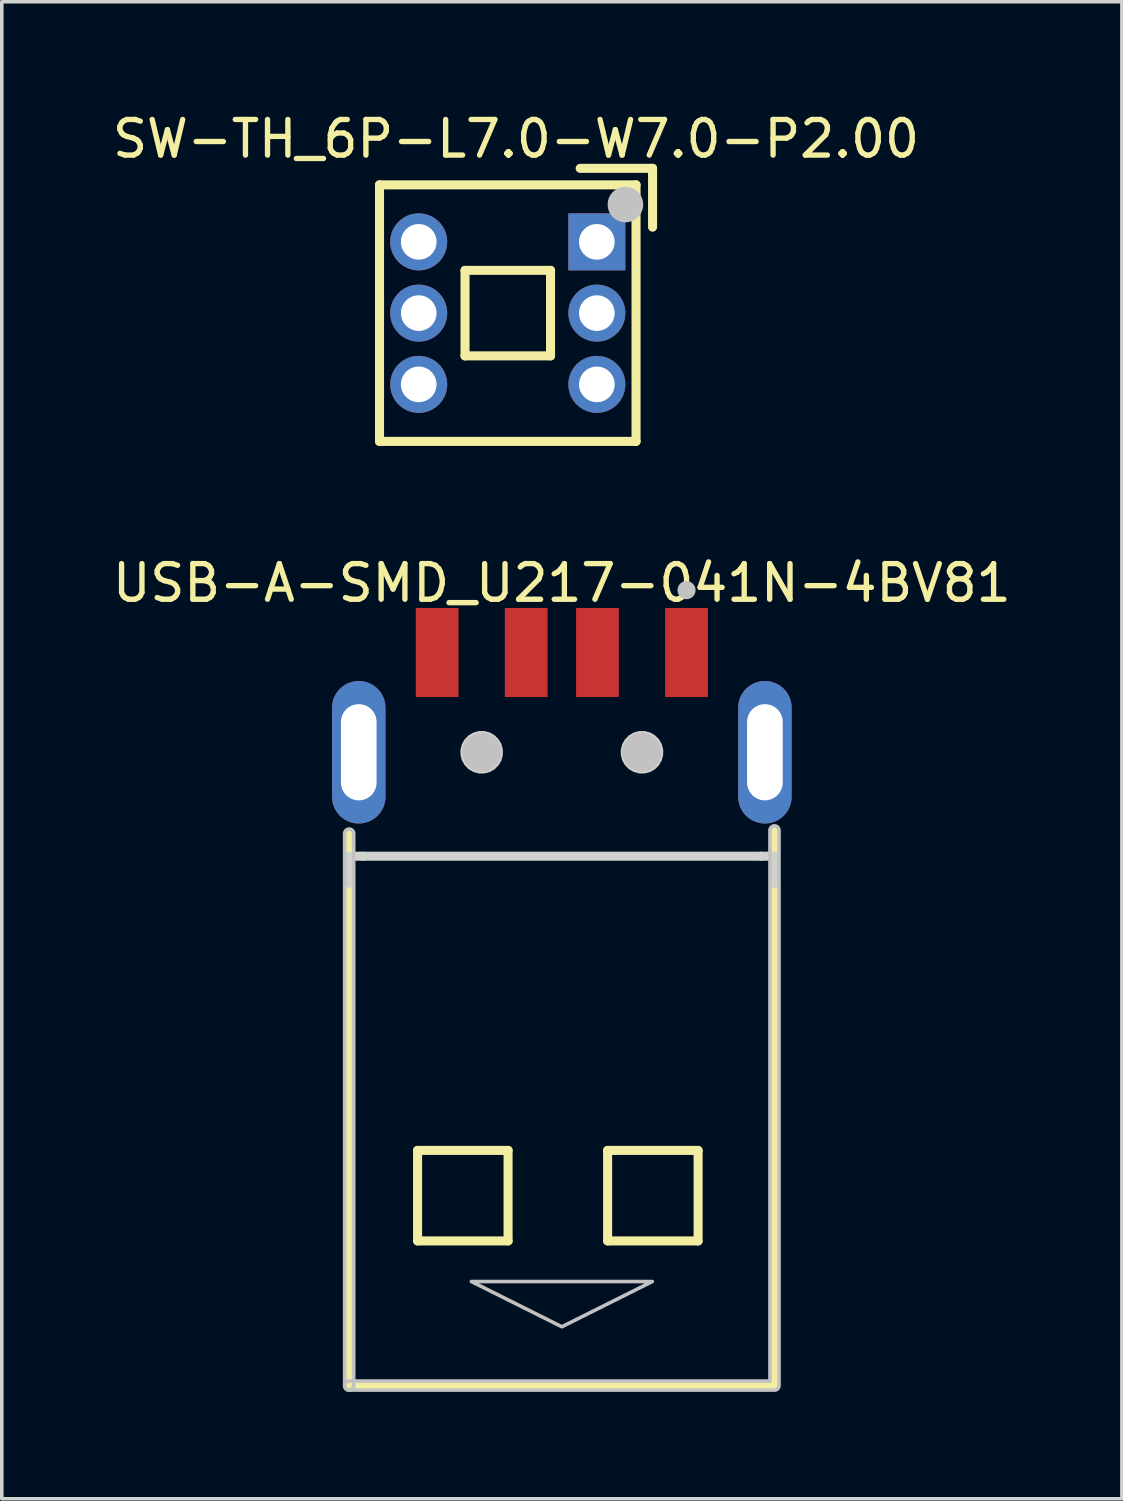
<source format=kicad_pcb>
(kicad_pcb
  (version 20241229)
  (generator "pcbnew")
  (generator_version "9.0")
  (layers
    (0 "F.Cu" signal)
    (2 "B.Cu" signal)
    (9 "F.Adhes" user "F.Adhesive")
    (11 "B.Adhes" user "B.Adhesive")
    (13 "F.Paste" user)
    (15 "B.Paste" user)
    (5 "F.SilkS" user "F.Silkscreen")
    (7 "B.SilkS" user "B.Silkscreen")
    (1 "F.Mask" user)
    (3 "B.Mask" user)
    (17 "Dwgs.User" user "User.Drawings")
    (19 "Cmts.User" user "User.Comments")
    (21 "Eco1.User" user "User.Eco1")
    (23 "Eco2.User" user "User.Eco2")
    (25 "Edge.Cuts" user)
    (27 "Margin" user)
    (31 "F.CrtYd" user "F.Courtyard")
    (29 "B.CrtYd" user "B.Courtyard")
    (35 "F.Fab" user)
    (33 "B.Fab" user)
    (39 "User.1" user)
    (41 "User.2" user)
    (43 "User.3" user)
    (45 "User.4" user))
  (footprint "USB-A-SMD_U217-041N-4BV81"
    (layer "F.Cu")
    (at 12.72 16.665)
    (property "Reference" "USB-A-SMD_U217-041N-4BV81" (at 0 -3.35 0) (layer "F.SilkS") (effects (font (size 1 1) (thickness 0.15))))
    (fp_line (start -5.969 3.683) (end -5.969 19.177) (stroke (width 0.254) (type default)) (layer "F.SilkS"))
    (fp_line (start -5.969 19.177) (end 5.969 19.177) (stroke (width 0.254) (type default)) (layer "F.SilkS"))
    (fp_line (start -4.049 12.576) (end -1.509 12.576) (stroke (width 0.254) (type default)) (layer "F.SilkS"))
    (fp_line (start -4.049 15.116) (end -4.049 12.576) (stroke (width 0.254) (type default)) (layer "F.SilkS"))
    (fp_line (start -1.509 12.576) (end -1.509 15.116) (stroke (width 0.254) (type default)) (layer "F.SilkS"))
    (fp_line (start -1.509 15.116) (end -4.049 15.116) (stroke (width 0.254) (type default)) (layer "F.SilkS"))
    (fp_line (start 1.285 12.576) (end 3.825 12.576) (stroke (width 0.254) (type default)) (layer "F.SilkS"))
    (fp_line (start 1.285 15.116) (end 1.285 12.576) (stroke (width 0.254) (type default)) (layer "F.SilkS"))
    (fp_line (start 3.825 12.576) (end 3.825 15.116) (stroke (width 0.254) (type default)) (layer "F.SilkS"))
    (fp_line (start 3.825 15.116) (end 1.285 15.116) (stroke (width 0.254) (type default)) (layer "F.SilkS"))
    (fp_line (start 5.969 19.177) (end 5.969 3.594) (stroke (width 0.254) (type default)) (layer "F.SilkS"))
    (fp_poly (pts (xy -4.099 -2.65) (xy -2.9 -2.65) (xy -2.9 -0.15) (xy -4.099 -0.15)) (stroke (width 0) (type default)) (fill yes) (layer "F.Paste"))
    (fp_poly (pts (xy -1.599 -2.65) (xy -0.4 -2.65) (xy -0.4 -0.15) (xy -1.599 -0.15)) (stroke (width 0) (type default)) (fill yes) (layer "F.Paste"))
    (fp_poly (pts (xy 0.401 -2.65) (xy 1.601 -2.65) (xy 1.601 -0.15) (xy 0.401 -0.15)) (stroke (width 0) (type default)) (fill yes) (layer "F.Paste"))
    (fp_poly (pts (xy 2.901 -2.65) (xy 4.101 -2.65) (xy 4.101 -0.15) (xy 2.901 -0.15)) (stroke (width 0) (type default)) (fill yes) (layer "F.Paste"))
    (fp_poly (pts (xy -5.718 3.4) (xy -5.756 3.398) (xy -5.793 3.394) (xy -5.83 3.389) (xy -5.867 3.381) (xy -5.903 3.372) (xy -5.939 3.361) (xy -5.974 3.348) (xy -6.008 3.333) (xy -6.042 3.317) (xy -6.075 3.3) (xy -6.107 3.28) (xy -6.138 3.259) (xy -6.168 3.236) (xy -6.196 3.212) (xy -6.223 3.187) (xy -6.25 3.16) (xy -6.274 3.132) (xy -6.298 3.103) (xy -6.319 3.072) (xy -6.34 3.041) (xy -6.359 3.009) (xy -6.375 2.975) (xy -6.391 2.942) (xy -6.404 2.906) (xy -6.417 2.871) (xy -6.426 2.835) (xy -6.435 2.799) (xy -6.441 2.762) (xy -6.446 2.724) (xy -6.449 2.688) (xy -6.45 2.65) (xy -6.45 0.15) (xy -6.449 0.113) (xy -6.446 0.075) (xy -6.441 0.038) (xy -6.435 0.002) (xy -6.426 -0.035) (xy -6.417 -0.071) (xy -6.404 -0.106) (xy -6.391 -0.141) (xy -6.375 -0.175) (xy -6.359 -0.208) (xy -6.34 -0.241) (xy -6.319 -0.273) (xy -6.298 -0.303) (xy -6.274 -0.332) (xy -6.25 -0.36) (xy -6.223 -0.387) (xy -6.196 -0.412) (xy -6.168 -0.436) (xy -6.138 -0.459) (xy -6.107 -0.48) (xy -6.075 -0.499) (xy -6.042 -0.517) (xy -6.008 -0.533) (xy -5.974 -0.548) (xy -5.939 -0.561) (xy -5.903 -0.572) (xy -5.867 -0.581) (xy -5.83 -0.589) (xy -5.793 -0.594) (xy -5.756 -0.598) (xy -5.718 -0.6) (xy -5.681 -0.6) (xy -5.644 -0.598) (xy -5.606 -0.594) (xy -5.569 -0.589) (xy -5.533 -0.581) (xy -5.497 -0.572) (xy -5.461 -0.561) (xy -5.426 -0.548) (xy -5.391 -0.533) (xy -5.357 -0.517) (xy -5.325 -0.499) (xy -5.293 -0.48) (xy -5.262 -0.459) (xy -5.232 -0.436) (xy -5.204 -0.412) (xy -5.176 -0.387) (xy -5.15 -0.36) (xy -5.125 -0.332) (xy -5.102 -0.303) (xy -5.08 -0.273) (xy -5.06 -0.241) (xy -5.041 -0.208) (xy -5.024 -0.175) (xy -5.009 -0.141) (xy -4.995 -0.106) (xy -4.983 -0.071) (xy -4.973 -0.035) (xy -4.965 0.002) (xy -4.958 0.038) (xy -4.954 0.075) (xy -4.951 0.113) (xy -4.95 0.15) (xy -4.95 2.65) (xy -4.951 2.688) (xy -4.954 2.724) (xy -4.958 2.762) (xy -4.965 2.799) (xy -4.973 2.835) (xy -4.983 2.871) (xy -4.995 2.906) (xy -5.009 2.942) (xy -5.024 2.975) (xy -5.041 3.009) (xy -5.06 3.041) (xy -5.08 3.072) (xy -5.102 3.103) (xy -5.125 3.132) (xy -5.15 3.16) (xy -5.176 3.187) (xy -5.204 3.212) (xy -5.232 3.236) (xy -5.262 3.259) (xy -5.293 3.28) (xy -5.325 3.3) (xy -5.357 3.317) (xy -5.391 3.333) (xy -5.426 3.348) (xy -5.461 3.361) (xy -5.497 3.372) (xy -5.533 3.381) (xy -5.569 3.389) (xy -5.606 3.394) (xy -5.644 3.398) (xy -5.681 3.4)) (stroke (width 0) (type default)) (fill yes) (layer "F.Paste"))
    (fp_poly (pts (xy 5.681 3.4) (xy 5.644 3.398) (xy 5.606 3.394) (xy 5.569 3.389) (xy 5.533 3.381) (xy 5.497 3.372) (xy 5.461 3.361) (xy 5.426 3.348) (xy 5.391 3.333) (xy 5.357 3.317) (xy 5.325 3.3) (xy 5.293 3.28) (xy 5.262 3.259) (xy 5.232 3.236) (xy 5.204 3.212) (xy 5.176 3.187) (xy 5.15 3.16) (xy 5.125 3.132) (xy 5.102 3.103) (xy 5.08 3.072) (xy 5.06 3.041) (xy 5.041 3.009) (xy 5.024 2.975) (xy 5.009 2.942) (xy 4.995 2.906) (xy 4.983 2.871) (xy 4.973 2.835) (xy 4.965 2.799) (xy 4.958 2.762) (xy 4.954 2.724) (xy 4.951 2.688) (xy 4.95 2.65) (xy 4.95 0.15) (xy 4.951 0.113) (xy 4.954 0.075) (xy 4.958 0.038) (xy 4.965 0.002) (xy 4.973 -0.035) (xy 4.983 -0.071) (xy 4.995 -0.106) (xy 5.009 -0.141) (xy 5.024 -0.175) (xy 5.041 -0.208) (xy 5.06 -0.241) (xy 5.08 -0.273) (xy 5.102 -0.303) (xy 5.125 -0.332) (xy 5.15 -0.36) (xy 5.176 -0.387) (xy 5.204 -0.412) (xy 5.232 -0.436) (xy 5.262 -0.459) (xy 5.293 -0.48) (xy 5.325 -0.499) (xy 5.357 -0.517) (xy 5.391 -0.533) (xy 5.426 -0.548) (xy 5.461 -0.561) (xy 5.497 -0.572) (xy 5.533 -0.581) (xy 5.569 -0.589) (xy 5.606 -0.594) (xy 5.644 -0.598) (xy 5.681 -0.6) (xy 5.718 -0.6) (xy 5.756 -0.598) (xy 5.793 -0.594) (xy 5.83 -0.589) (xy 5.867 -0.581) (xy 5.903 -0.572) (xy 5.939 -0.561) (xy 5.974 -0.548) (xy 6.008 -0.533) (xy 6.042 -0.517) (xy 6.075 -0.499) (xy 6.107 -0.48) (xy 6.138 -0.459) (xy 6.168 -0.436) (xy 6.196 -0.412) (xy 6.223 -0.387) (xy 6.25 -0.36) (xy 6.274 -0.332) (xy 6.298 -0.303) (xy 6.319 -0.273) (xy 6.34 -0.241) (xy 6.359 -0.208) (xy 6.375 -0.175) (xy 6.391 -0.141) (xy 6.404 -0.106) (xy 6.417 -0.071) (xy 6.426 -0.035) (xy 6.435 0.002) (xy 6.441 0.038) (xy 6.446 0.075) (xy 6.449 0.113) (xy 6.45 0.15) (xy 6.45 2.65) (xy 6.449 2.688) (xy 6.446 2.724) (xy 6.441 2.762) (xy 6.435 2.799) (xy 6.426 2.835) (xy 6.417 2.871) (xy 6.404 2.906) (xy 6.391 2.942) (xy 6.375 2.975) (xy 6.359 3.009) (xy 6.34 3.041) (xy 6.319 3.072) (xy 6.298 3.103) (xy 6.274 3.132) (xy 6.25 3.16) (xy 6.223 3.187) (xy 6.196 3.212) (xy 6.168 3.236) (xy 6.138 3.259) (xy 6.107 3.28) (xy 6.075 3.3) (xy 6.042 3.317) (xy 6.008 3.333) (xy 5.974 3.348) (xy 5.939 3.361) (xy 5.903 3.372) (xy 5.867 3.381) (xy 5.83 3.389) (xy 5.793 3.394) (xy 5.756 3.398) (xy 5.718 3.4)) (stroke (width 0) (type default)) (fill yes) (layer "F.Paste"))
    (fp_circle (center -2.25 1.4) (end -1.975 1.4) (stroke (width 0.55) (type default)) (fill no) (layer "Dwgs.User"))
    (fp_circle (center 2.25 1.4) (end 2.525 1.4) (stroke (width 0.55) (type default)) (fill no) (layer "Dwgs.User"))
    (fp_circle (center 3.5 -3.15) (end 3.627 -3.15) (stroke (width 0.254) (type default)) (fill no) (layer "Dwgs.User"))
    (fp_poly (pts (xy -2.54 16.256) (xy 2.54 16.256) (xy 0 17.526)) (stroke (width 0.1) (type default)) (fill no) (layer "Dwgs.User"))
    (fp_poly (pts (arc (start -6.096 3.683) (mid -5.969 3.556) (end -5.842 3.683)) (arc (start -5.842 19.177) (mid -5.969 19.304) (end -6.096 19.177))) (stroke (width 0.1) (type default)) (fill no) (layer "Dwgs.User"))
    (fp_poly (pts (arc (start -5.969 19.304) (mid -6.096 19.177) (end -5.969 19.05)) (xy 5.842 19.05) (arc (start 5.842 3.5935) (mid 5.969 3.4665) (end 6.096 3.5935)) (arc (start 6.096 19.177) (mid 6.058803 19.266803) (end 5.969 19.304))) (stroke (width 0.1) (type default)) (fill no) (layer "Dwgs.User"))
    (fp_line (start -5.969 4.318) (end -5.588 4.318) (stroke (width 0.254) (type default)) (layer "Edge.Cuts"))
    (fp_line (start -5.969 5.08) (end -5.969 4.318) (stroke (width 0.254) (type default)) (layer "Edge.Cuts"))
    (fp_line (start -5.588 4.318) (end 5.588 4.318) (stroke (width 0.254) (type default)) (layer "Edge.Cuts"))
    (fp_line (start 5.588 4.318) (end 5.969 4.318) (stroke (width 0.254) (type default)) (layer "Edge.Cuts"))
    (fp_line (start 5.969 4.318) (end 5.969 5.08) (stroke (width 0.254) (type default)) (layer "Edge.Cuts"))
    (fp_poly (pts (xy -1.655 1.322) (xy -1.696 1.17) (xy -1.774 1.035) (xy -1.885 0.924) (xy -2.02 0.846) (xy -2.172 0.805) (xy -2.328 0.805) (xy -2.48 0.846) (xy -2.615 0.924) (xy -2.726 1.035) (xy -2.804 1.17) (xy -2.845 1.322) (xy -2.845 1.478) (xy -2.804 1.63) (xy -2.726 1.765) (xy -2.615 1.876) (xy -2.48 1.954) (xy -2.328 1.995) (xy -2.172 1.995) (xy -2.02 1.954) (xy -1.885 1.876) (xy -1.774 1.765) (xy -1.696 1.63) (xy -1.655 1.478)) (stroke (width 0) (type default)) (fill yes) (layer "Edge.Cuts"))
    (fp_poly (pts (xy 2.845 1.322) (xy 2.804 1.17) (xy 2.726 1.035) (xy 2.615 0.924) (xy 2.48 0.846) (xy 2.328 0.805) (xy 2.172 0.805) (xy 2.02 0.846) (xy 1.885 0.924) (xy 1.774 1.035) (xy 1.696 1.17) (xy 1.655 1.322) (xy 1.655 1.478) (xy 1.696 1.63) (xy 1.774 1.765) (xy 1.885 1.876) (xy 2.02 1.954) (xy 2.172 1.995) (xy 2.328 1.995) (xy 2.48 1.954) (xy 2.615 1.876) (xy 2.726 1.765) (xy 2.804 1.63) (xy 2.845 1.478)) (stroke (width 0) (type default)) (fill yes) (layer "Edge.Cuts"))
    (fp_poly (pts (xy -5.925 0.4) (xy -5.475 0.4) (xy -5.475 2.4) (xy -5.925 2.4)) (stroke (width 0.1) (type default)) (fill no) (layer "User.1"))
    (fp_poly (pts (xy -3.9 -1.6) (xy -3.1 -1.6) (xy -3.1 -0.15) (xy -3.9 -0.15)) (stroke (width 0.1) (type default)) (fill no) (layer "User.1"))
    (fp_poly (pts (xy -3.9 -1.6) (xy -3.1 -1.6) (xy -3.1 0.5) (xy -3.9 0.5)) (stroke (width 0.1) (type default)) (fill no) (layer "User.1"))
    (fp_poly (pts (xy -1.399 -1.6) (xy -0.6 -1.6) (xy -0.6 -0.15) (xy -1.399 -0.15)) (stroke (width 0.1) (type default)) (fill no) (layer "User.1"))
    (fp_poly (pts (xy -1.399 -1.6) (xy -0.6 -1.6) (xy -0.6 0.5) (xy -1.399 0.5)) (stroke (width 0.1) (type default)) (fill no) (layer "User.1"))
    (fp_poly (pts (xy 0.6 -1.6) (xy 1.4 -1.6) (xy 1.4 -0.15) (xy 0.6 -0.15)) (stroke (width 0.1) (type default)) (fill no) (layer "User.1"))
    (fp_poly (pts (xy 0.6 -1.6) (xy 1.4 -1.6) (xy 1.4 0.5) (xy 0.6 0.5)) (stroke (width 0.1) (type default)) (fill no) (layer "User.1"))
    (fp_poly (pts (xy 3.1 -1.6) (xy 3.9 -1.6) (xy 3.9 -0.15) (xy 3.1 -0.15)) (stroke (width 0.1) (type default)) (fill no) (layer "User.1"))
    (fp_poly (pts (xy 3.1 -1.6) (xy 3.9 -1.6) (xy 3.9 0.5) (xy 3.1 0.5)) (stroke (width 0.1) (type default)) (fill no) (layer "User.1"))
    (fp_poly (pts (xy 5.475 0.4) (xy 5.925 0.4) (xy 5.925 2.4) (xy 5.475 2.4)) (stroke (width 0.1) (type default)) (fill no) (layer "User.1"))
    (fp_line (start -6 0.3) (end 6 0.3) (stroke (width 0.051) (type default)) (layer "User.2"))
    (fp_line (start -6 3.3) (end -6 0.3) (stroke (width 0.051) (type default)) (layer "User.2"))
    (fp_line (start 6 0.3) (end 6 3.3) (stroke (width 0.051) (type default)) (layer "User.2"))
    (fp_line (start 6 3.3) (end -6 3.3) (stroke (width 0.051) (type default)) (layer "User.2"))
    (fp_poly (pts (xy -5.945 19.154) (xy -5.977 19.122) (xy -6.023 19.122) (xy -6.055 19.154) (xy -6.055 19.2) (xy -6.023 19.232) (xy -5.977 19.232) (xy -5.945 19.2)) (stroke (width 0.1) (type default)) (fill no) (layer "User.3"))
    (pad "1" smd rect (at 3.5 -1.4) (size 1.2 2.5) (layers "F.Cu" "F.Mask" "F.Paste"))
    (pad "2" smd rect (at 1 -1.4) (size 1.2 2.5) (layers "F.Cu" "F.Mask" "F.Paste"))
    (pad "3" smd rect (at -1 -1.4) (size 1.2 2.5) (layers "F.Cu" "F.Mask" "F.Paste"))
    (pad "4" smd rect (at -3.5 -1.4) (size 1.2 2.5) (layers "F.Cu" "F.Mask" "F.Paste"))
    (pad "5" thru_hole oval (at -5.7 1.4) (size 1.5 4) (drill oval 1 2.7) (layers "*.Cu" "*.Mask"))
    (pad "6" thru_hole oval (at 5.7 1.4) (size 1.5 4) (drill oval 1 2.7) (layers "*.Cu" "*.Mask")))
  (footprint "SW-TH_6P-L7.0-W7.0-P2.00"
    (layer "F.Cu")
    (at 11.203 5.739)
    (property "Reference" "SW-TH_6P-L7.0-W7.0-P2.00" (at 0.232 -4.891 0) (layer "F.SilkS") (effects (font (size 1 1) (thickness 0.15))))
    (fp_line (start -3.6 -3.6) (end 3.6 -3.6) (stroke (width 0.254) (type default)) (layer "F.SilkS"))
    (fp_line (start -3.6 3.6) (end -3.6 -3.6) (stroke (width 0.254) (type default)) (layer "F.SilkS"))
    (fp_line (start -1.2 -1.2) (end 1.2 -1.2) (stroke (width 0.254) (type default)) (layer "F.SilkS"))
    (fp_line (start -1.2 1.2) (end -1.2 -1.2) (stroke (width 0.254) (type default)) (layer "F.SilkS"))
    (fp_line (start 1.2 -1.2) (end 1.2 1.2) (stroke (width 0.254) (type default)) (layer "F.SilkS"))
    (fp_line (start 1.2 1.2) (end -1.2 1.2) (stroke (width 0.254) (type default)) (layer "F.SilkS"))
    (fp_line (start 2.032 -4.064) (end 4.064 -4.064) (stroke (width 0.254) (type default)) (layer "F.SilkS"))
    (fp_line (start 3.6 -3.6) (end 3.6 3.6) (stroke (width 0.254) (type default)) (layer "F.SilkS"))
    (fp_line (start 3.6 3.6) (end -3.6 3.6) (stroke (width 0.254) (type default)) (layer "F.SilkS"))
    (fp_line (start 4.064 -4.064) (end 4.064 -2.413) (stroke (width 0.254) (type default)) (layer "F.SilkS"))
    (fp_circle (center 3.302 -3.048) (end 3.552 -3.048) (stroke (width 0.5) (type default)) (fill no) (layer "Dwgs.User"))
    (fp_poly (pts (xy -2.35 -2.3) (xy -2.35 -1.7) (xy -2.65 -1.7) (xy -2.65 -2.3)) (stroke (width 0.1) (type default)) (fill no) (layer "User.1"))
    (fp_poly (pts (xy -2.35 -0.3) (xy -2.35 0.3) (xy -2.65 0.3) (xy -2.65 -0.3)) (stroke (width 0.1) (type default)) (fill no) (layer "User.1"))
    (fp_poly (pts (xy -2.35 1.7) (xy -2.35 2.3) (xy -2.65 2.3) (xy -2.65 1.7)) (stroke (width 0.1) (type default)) (fill no) (layer "User.1"))
    (fp_poly (pts (xy 2.65 -2.3) (xy 2.65 -1.7) (xy 2.349 -1.7) (xy 2.349 -2.3)) (stroke (width 0.1) (type default)) (fill no) (layer "User.1"))
    (fp_poly (pts (xy 2.65 -0.3) (xy 2.65 0.3) (xy 2.35 0.3) (xy 2.35 -0.3)) (stroke (width 0.1) (type default)) (fill no) (layer "User.1"))
    (fp_poly (pts (xy 2.65 1.7) (xy 2.65 2.3) (xy 2.35 2.3) (xy 2.35 1.7)) (stroke (width 0.1) (type default)) (fill no) (layer "User.1"))
    (fp_line (start -3.5 -3.5) (end 3.5 -3.5) (stroke (width 0.051) (type default)) (layer "User.2"))
    (fp_line (start -3.5 3.5) (end -3.5 -3.5) (stroke (width 0.051) (type default)) (layer "User.2"))
    (fp_line (start 3.5 -3.5) (end 3.5 3.5) (stroke (width 0.051) (type default)) (layer "User.2"))
    (fp_line (start 3.5 3.5) (end -3.5 3.5) (stroke (width 0.051) (type default)) (layer "User.2"))
    (fp_poly (pts (xy 3.555 -3.523) (xy 3.523 -3.555) (xy 3.477 -3.555) (xy 3.445 -3.523) (xy 3.445 -3.477) (xy 3.477 -3.445) (xy 3.523 -3.445) (xy 3.555 -3.477)) (stroke (width 0.1) (type default)) (fill no) (layer "User.3"))
    (pad "1" thru_hole rect (at 2.499 -2 90) (size 1.6 1.6) (drill 1) (layers "*.Cu" "*.Mask"))
    (pad "2" thru_hole circle (at 2.5 0 90) (size 1.6 1.6) (drill 1) (layers "*.Cu" "*.Mask"))
    (pad "3" thru_hole circle (at 2.5 2 90) (size 1.6 1.6) (drill 1) (layers "*.Cu" "*.Mask"))
    (pad "4" thru_hole circle (at -2.5 -2 90) (size 1.6 1.6) (drill 1) (layers "*.Cu" "*.Mask"))
    (pad "5" thru_hole circle (at -2.5 0 90) (size 1.6 1.6) (drill 1) (layers "*.Cu" "*.Mask"))
    (pad "6" thru_hole circle (at -2.5 2 90) (size 1.6 1.6) (drill 1) (layers "*.Cu" "*.Mask")))
  (gr_rect
    (start -3 -3)
    (end 28.44 39.019)
    (stroke (width 0.1) (type default))
    (fill no)
    (layer "Edge.Cuts")))
</source>
